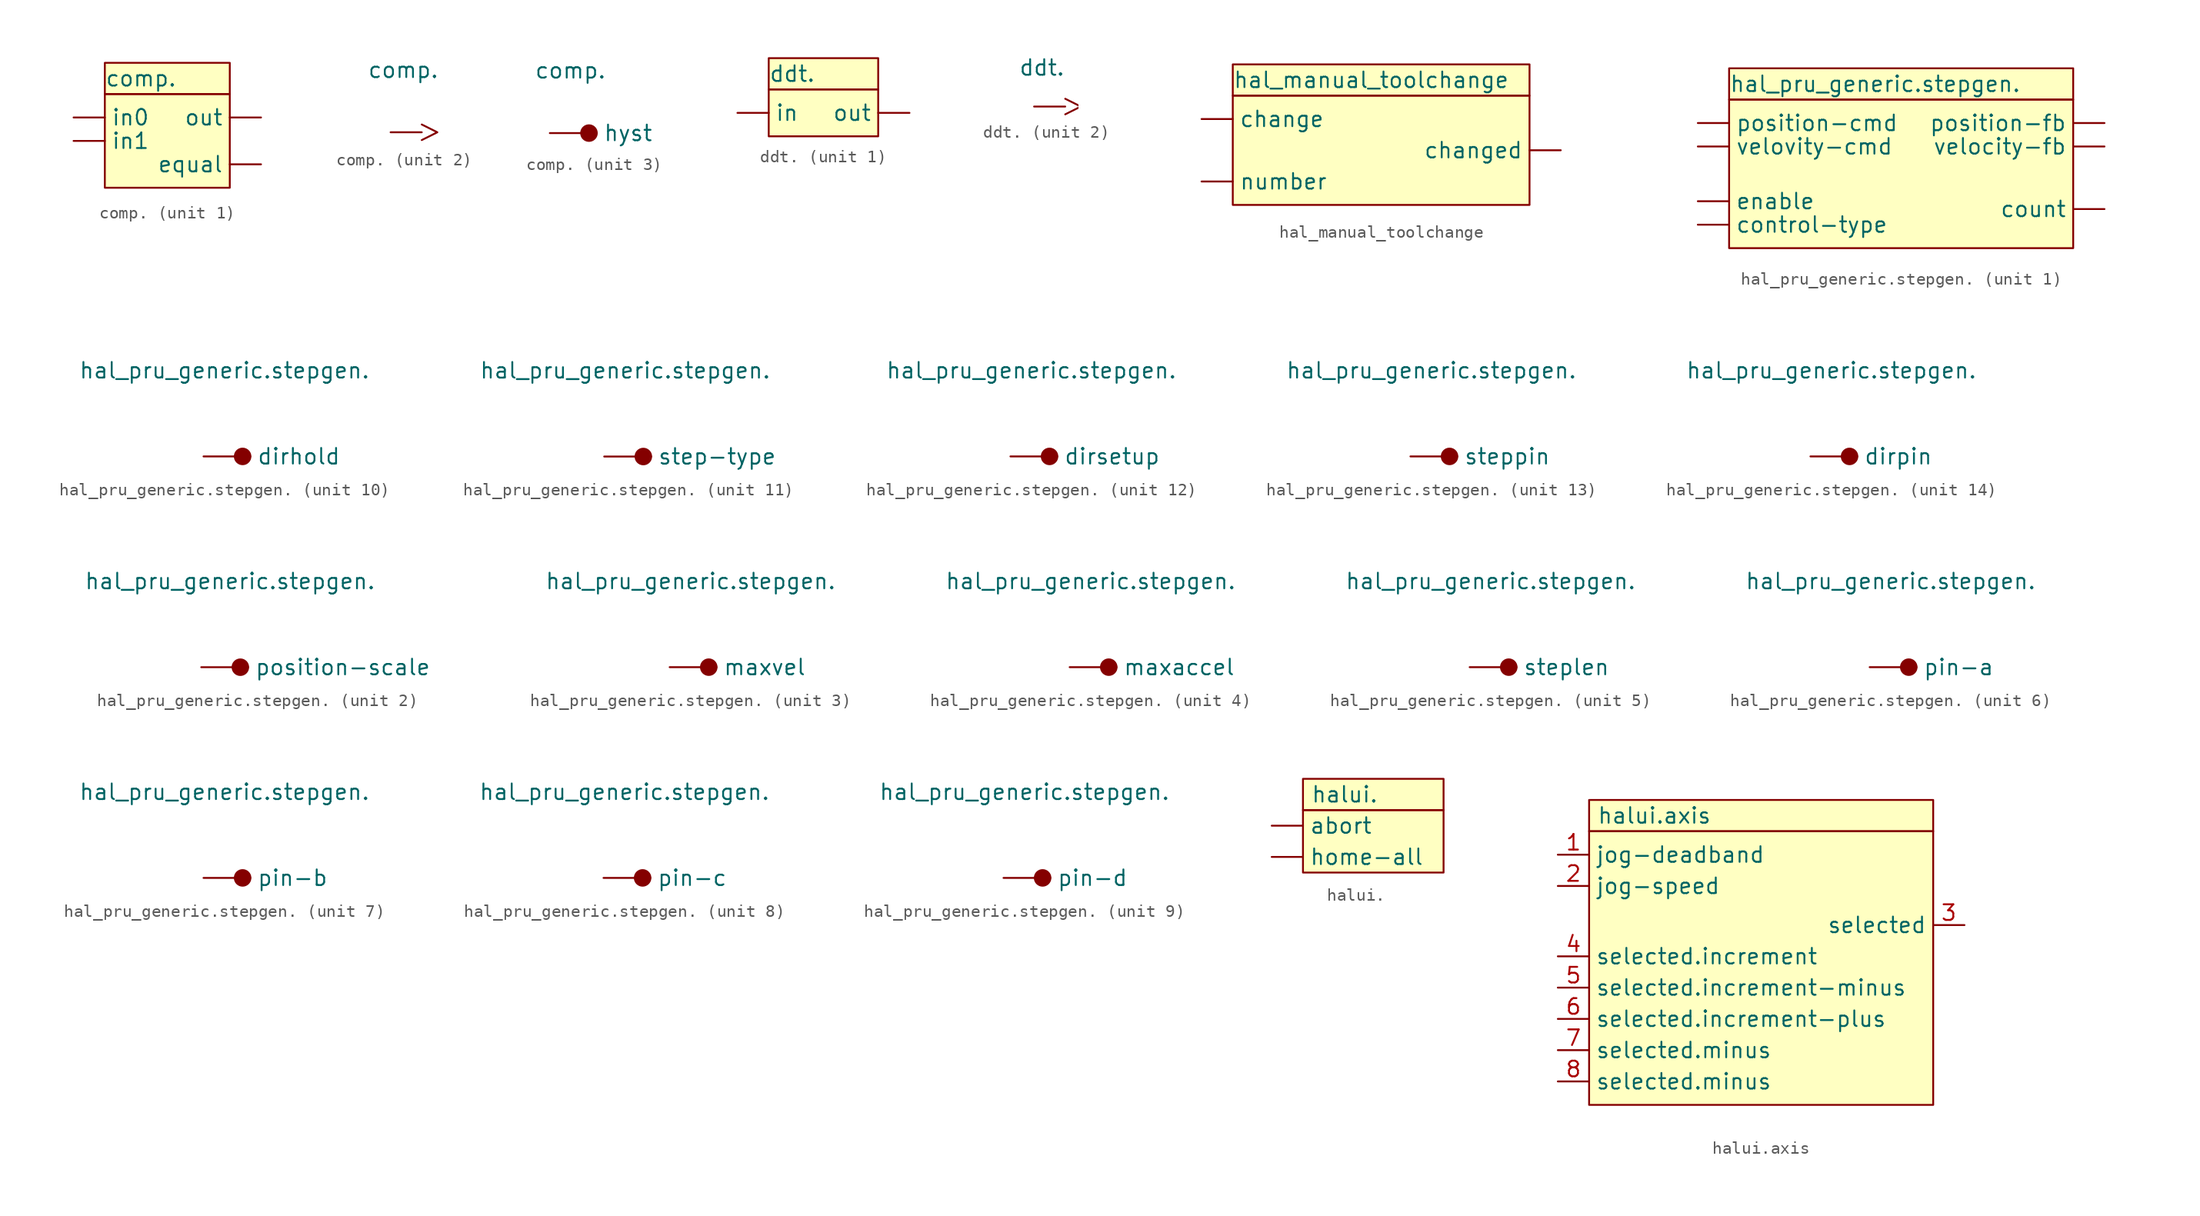
<source format=kicad_sym>
(kicad_symbol_lib
  (version 20220914)
  (generator kicad_symbol_editor)
  (symbol "comp."
    (pin_numbers hide)
    (property "Reference" "COMP"
      (at 0 0 0)
      (effects (font (size 1.27 1.27)) hide))
    (property "Value" "comp."
      (at -5.08 5.08 0)
      (effects (font (size 1.27 1.27)) (justify left)))
    (property "ki_locked" ""
      (at 0 0 0)
      (effects (font (size 1.27 1.27))))
    (symbol "comp._1_1"
      (rectangle (start -5.08 3.81) (end 5.08 -3.81) (stroke (width 0.152) (type default)) (fill (type background)))
      (rectangle (start -5.08 6.35) (end 5.08 3.81) (stroke (width 0.152) (type default)) (fill (type background)))
      (pin input line (at -7.62 1.905 0) (length 2.54) (name "in0" (effects (font (size 1.27 1.27)))) (number "1" (effects (font (size 1.27 1.27)))))
      (pin input line (at -7.62 0 0) (length 2.54) (name "in1" (effects (font (size 1.27 1.27)))) (number "2" (effects (font (size 1.27 1.27)))))
      (pin output line (at 7.62 1.905 180) (length 2.54) (name "out" (effects (font (size 1.27 1.27)))) (number "3" (effects (font (size 1.27 1.27)))))
      (pin output line (at 7.62 -1.905 180) (length 2.54) (name "equal" (effects (font (size 1.27 1.27)))) (number "4" (effects (font (size 1.27 1.27))))))
    (symbol "comp._2_1"
      (pin input clock (at -3.175 0 0) (length 2.54) (name "" (effects (font (size 1.27 1.27)))) (number "5" (effects (font (size 1.27 1.27))))))
    (symbol "comp._3_1"
      (circle (center -0.635 0) (radius 0.635) (stroke (width 0.152) (type default)) (fill (type outline)))
      (pin input line (at -3.81 0 0) (length 3.81) (name "hyst" (effects (font (size 1.27 1.27)))) (number "6" (effects (font (size 1.27 1.27)))))))
  (symbol "ddt."
    (pin_numbers hide)
    (property "Reference" "DDT"
      (at 0 0 0)
      (effects (font (size 1.27 1.27)) hide))
    (property "Value" "ddt."
      (at -4.445 3.175 0)
      (effects (font (size 1.27 1.27)) (justify left)))
    (property "ki_locked" ""
      (at 0 0 0)
      (effects (font (size 1.27 1.27))))
    (symbol "ddt._1_1"
      (rectangle (start -4.445 1.905) (end 4.445 -1.905) (stroke (width 0.152) (type default)) (fill (type background)))
      (rectangle (start -4.445 4.445) (end 4.445 1.905) (stroke (width 0.152) (type default)) (fill (type background)))
      (pin output line (at 6.985 0 180) (length 2.54) (name "out" (effects (font (size 1.27 1.27)))) (number "" (effects (font (size 1.27 1.27)))))
      (pin input line (at -6.985 0 0) (length 2.54) (name "in" (effects (font (size 1.27 1.27)))) (number "1" (effects (font (size 1.27 1.27))))))
    (symbol "ddt._2_1"
      (pin input clock (at -3.175 0 0) (length 2.54) (name "" (effects (font (size 1.27 1.27)))) (number "3" (effects (font (size 1.27 1.27)))))))
  (symbol "hal_manual_toolchange"
    (pin_numbers hide)
    (property "Reference" "HALMTG"
      (at 0 0 0)
      (effects (font (size 1.27 1.27)) hide))
    (property "Value" "hal_manual_toolchange"
      (at -12.065 5.715 0)
      (effects (font (size 1.27 1.27)) (justify left)))
    (symbol "hal_manual_toolchange_0_1"
      (rectangle (start -12.065 4.445) (end 12.065 -4.445) (stroke (width 0.152) (type default)) (fill (type background)))
      (rectangle (start -12.065 6.985) (end 12.065 4.445) (stroke (width 0.152) (type default)) (fill (type background))))
    (symbol "hal_manual_toolchange_1_1"
      (pin input line (at -14.605 2.54 0) (length 2.54) (name "change" (effects (font (size 1.27 1.27)))) (number "1" (effects (font (size 1.27 1.27)))))
      (pin input line (at -14.605 -2.54 0) (length 2.54) (name "number" (effects (font (size 1.27 1.27)))) (number "2" (effects (font (size 1.27 1.27)))))
      (pin output line (at 14.605 0 180) (length 2.54) (name "changed" (effects (font (size 1.27 1.27)))) (number "3" (effects (font (size 1.27 1.27)))))))
  (symbol "hal_pru_generic.stepgen."
    (pin_numbers hide)
    (property "Reference" "HALPRU"
      (at 10.795 9.525 0)
      (effects (font (size 1.27 1.27)) hide))
    (property "Value" "hal_pru_generic.stepgen."
      (at -13.97 6.985 0)
      (effects (font (size 1.27 1.27)) (justify left)))
    (property "ki_locked" ""
      (at 0 0 0)
      (effects (font (size 1.27 1.27))))
    (symbol "hal_pru_generic.stepgen._1_1"
      (rectangle (start -13.97 5.715) (end 13.97 -6.35) (stroke (width 0.152) (type default)) (fill (type background)))
      (rectangle (start -13.97 8.255) (end 13.97 5.715) (stroke (width 0.152) (type default)) (fill (type background)))
      (pin output line (at 16.51 -3.175 180) (length 2.54) (name "count" (effects (font (size 1.27 1.27)))) (number "1" (effects (font (size 1.27 1.27)))))
      (pin input line (at -16.51 3.81 0) (length 2.54) (name "position-cmd" (effects (font (size 1.27 1.27)))) (number "2" (effects (font (size 1.27 1.27)))))
      (pin input line (at -16.51 1.905 0) (length 2.54) (name "velovity-cmd" (effects (font (size 1.27 1.27)))) (number "3" (effects (font (size 1.27 1.27)))))
      (pin input line (at -16.51 -2.54 0) (length 2.54) (name "enable" (effects (font (size 1.27 1.27)))) (number "4" (effects (font (size 1.27 1.27)))))
      (pin input line (at -16.51 -4.445 0) (length 2.54) (name "control-type" (effects (font (size 1.27 1.27)))) (number "5" (effects (font (size 1.27 1.27)))))
      (pin output line (at 16.51 3.81 180) (length 2.54) (name "position-fb" (effects (font (size 1.27 1.27)))) (number "6" (effects (font (size 1.27 1.27)))))
      (pin output line (at 16.51 1.905 180) (length 2.54) (name "velocity-fb" (effects (font (size 1.27 1.27)))) (number "7" (effects (font (size 1.27 1.27))))))
    (symbol "hal_pru_generic.stepgen._2_1"
      (circle (center -1.27 0) (radius 0.635) (stroke (width 0.152) (type default)) (fill (type outline)))
      (pin input line (at -4.445 0 0) (length 3.81) (name "position-scale" (effects (font (size 1.27 1.27)))) (number "8" (effects (font (size 1.27 1.27))))))
    (symbol "hal_pru_generic.stepgen._3_1"
      (circle (center -0.635 0) (radius 0.635) (stroke (width 0.152) (type default)) (fill (type outline)))
      (pin input line (at -3.81 0 0) (length 3.81) (name "maxvel" (effects (font (size 1.27 1.27)))) (number "9" (effects (font (size 1.27 1.27))))))
    (symbol "hal_pru_generic.stepgen._4_1"
      (circle (center -0.635 0) (radius 0.635) (stroke (width 0.152) (type default)) (fill (type outline)))
      (pin input line (at -3.81 0 0) (length 3.81) (name "maxaccel" (effects (font (size 1.27 1.27)))) (number "10" (effects (font (size 1.27 1.27))))))
    (symbol "hal_pru_generic.stepgen._5_1"
      (circle (center -0.635 0) (radius 0.635) (stroke (width 0.152) (type default)) (fill (type outline)))
      (pin input line (at -3.81 0 0) (length 3.81) (name "steplen" (effects (font (size 1.27 1.27)))) (number "11" (effects (font (size 1.27 1.27))))))
    (symbol "hal_pru_generic.stepgen._6_1"
      (circle (center -0.635 0) (radius 0.635) (stroke (width 0.152) (type default)) (fill (type outline)))
      (pin input line (at -3.81 0 0) (length 3.81) (name "pin-a" (effects (font (size 1.27 1.27)))) (number "12" (effects (font (size 1.27 1.27))))))
    (symbol "hal_pru_generic.stepgen._7_1"
      (circle (center -0.635 0) (radius 0.635) (stroke (width 0.152) (type default)) (fill (type outline)))
      (pin input line (at -3.81 0 0) (length 3.81) (name "pin-b" (effects (font (size 1.27 1.27)))) (number "13" (effects (font (size 1.27 1.27))))))
    (symbol "hal_pru_generic.stepgen._8_1"
      (circle (center -0.635 0) (radius 0.635) (stroke (width 0.152) (type default)) (fill (type outline)))
      (pin input line (at -3.81 0 0) (length 3.81) (name "pin-c" (effects (font (size 1.27 1.27)))) (number "14" (effects (font (size 1.27 1.27))))))
    (symbol "hal_pru_generic.stepgen._9_1"
      (circle (center -0.635 0) (radius 0.635) (stroke (width 0.152) (type default)) (fill (type outline)))
      (pin input line (at -3.81 0 0) (length 3.81) (name "pin-d" (effects (font (size 1.27 1.27)))) (number "15" (effects (font (size 1.27 1.27))))))
    (symbol "hal_pru_generic.stepgen._10_1"
      (circle (center -0.635 0) (radius 0.635) (stroke (width 0.152) (type default)) (fill (type outline)))
      (pin input line (at -3.81 0 0) (length 3.81) (name "dirhold" (effects (font (size 1.27 1.27)))) (number "16" (effects (font (size 1.27 1.27))))))
    (symbol "hal_pru_generic.stepgen._11_1"
      (circle (center -0.635 0) (radius 0.635) (stroke (width 0.152) (type default)) (fill (type outline)))
      (pin input line (at -3.81 0 0) (length 3.81) (name "step-type" (effects (font (size 1.27 1.27)))) (number "17" (effects (font (size 1.27 1.27))))))
    (symbol "hal_pru_generic.stepgen._12_1"
      (circle (center -0.635 0) (radius 0.635) (stroke (width 0.152) (type default)) (fill (type outline)))
      (pin input line (at -3.81 0 0) (length 3.81) (name "dirsetup" (effects (font (size 1.27 1.27)))) (number "18" (effects (font (size 1.27 1.27))))))
    (symbol "hal_pru_generic.stepgen._13_1"
      (circle (center -0.635 0) (radius 0.635) (stroke (width 0.152) (type default)) (fill (type outline)))
      (pin input line (at -3.81 0 0) (length 3.81) (name "steppin" (effects (font (size 1.27 1.27)))) (number "19" (effects (font (size 1.27 1.27))))))
    (symbol "hal_pru_generic.stepgen._14_1"
      (circle (center -0.635 0) (radius 0.635) (stroke (width 0.152) (type default)) (fill (type outline)))
      (pin input line (at -3.81 0 0) (length 3.81) (name "dirpin" (effects (font (size 1.27 1.27)))) (number "20" (effects (font (size 1.27 1.27)))))))
  (symbol "halui."
    (pin_numbers hide)
    (property "Reference" "HALUI"
      (at 0 0 0)
      (effects (font (size 1.27 1.27)) hide))
    (property "Value" "halui."
      (at -3.175 3.81 0)
      (effects (font (size 1.27 1.27)) (justify left)))
    (symbol "halui._0_1"
      (rectangle (start -3.81 2.54) (end 7.62 -2.54) (stroke (width 0.152) (type default)) (fill (type background)))
      (rectangle (start -3.81 5.08) (end 7.62 2.54) (stroke (width 0.152) (type default)) (fill (type background))))
    (symbol "halui._1_1"
      (pin input line (at -6.35 1.27 0) (length 2.54) (name "abort" (effects (font (size 1.27 1.27)))) (number "1" (effects (font (size 1.27 1.27)))))
      (pin input line (at -6.35 -1.27 0) (length 2.54) (name "home-all" (effects (font (size 1.27 1.27)))) (number "2" (effects (font (size 1.27 1.27)))))))
  (symbol "halui.axis"
    (property "Reference" "HALUI"
      (at 0 0 0)
      (effects (font (size 1.27 1.27)) hide))
    (property "Value" "halui.axis"
      (at -13.335 8.89 0)
      (effects (font (size 1.27 1.27)) (justify left)))
    (symbol "halui.axis_0_1"
      (rectangle (start -13.97 7.62) (end 13.97 -14.605) (stroke (width 0.152) (type default)) (fill (type background)))
      (rectangle (start -13.97 10.16) (end 13.97 7.62) (stroke (width 0.152) (type default)) (fill (type background))))
    (symbol "halui.axis_1_1"
      (pin input line (at -16.51 5.715 0) (length 2.54) (name "jog-deadband" (effects (font (size 1.27 1.27)))) (number "1" (effects (font (size 1.27 1.27)))))
      (pin input line (at -16.51 3.175 0) (length 2.54) (name "jog-speed" (effects (font (size 1.27 1.27)))) (number "2" (effects (font (size 1.27 1.27)))))
      (pin output line (at 16.51 0 180) (length 2.54) (name "selected" (effects (font (size 1.27 1.27)))) (number "3" (effects (font (size 1.27 1.27)))))
      (pin input line (at -16.51 -2.54 0) (length 2.54) (name "selected.increment" (effects (font (size 1.27 1.27)))) (number "4" (effects (font (size 1.27 1.27)))))
      (pin input line (at -16.51 -5.08 0) (length 2.54) (name "selected.increment-minus" (effects (font (size 1.27 1.27)))) (number "5" (effects (font (size 1.27 1.27)))))
      (pin input line (at -16.51 -7.62 0) (length 2.54) (name "selected.increment-plus" (effects (font (size 1.27 1.27)))) (number "6" (effects (font (size 1.27 1.27)))))
      (pin input line (at -16.51 -10.16 0) (length 2.54) (name "selected.minus" (effects (font (size 1.27 1.27)))) (number "7" (effects (font (size 1.27 1.27)))))
      (pin input line (at -16.51 -12.7 0) (length 2.54) (name "selected.minus" (effects (font (size 1.27 1.27)))) (number "8" (effects (font (size 1.27 1.27))))))))
</source>
